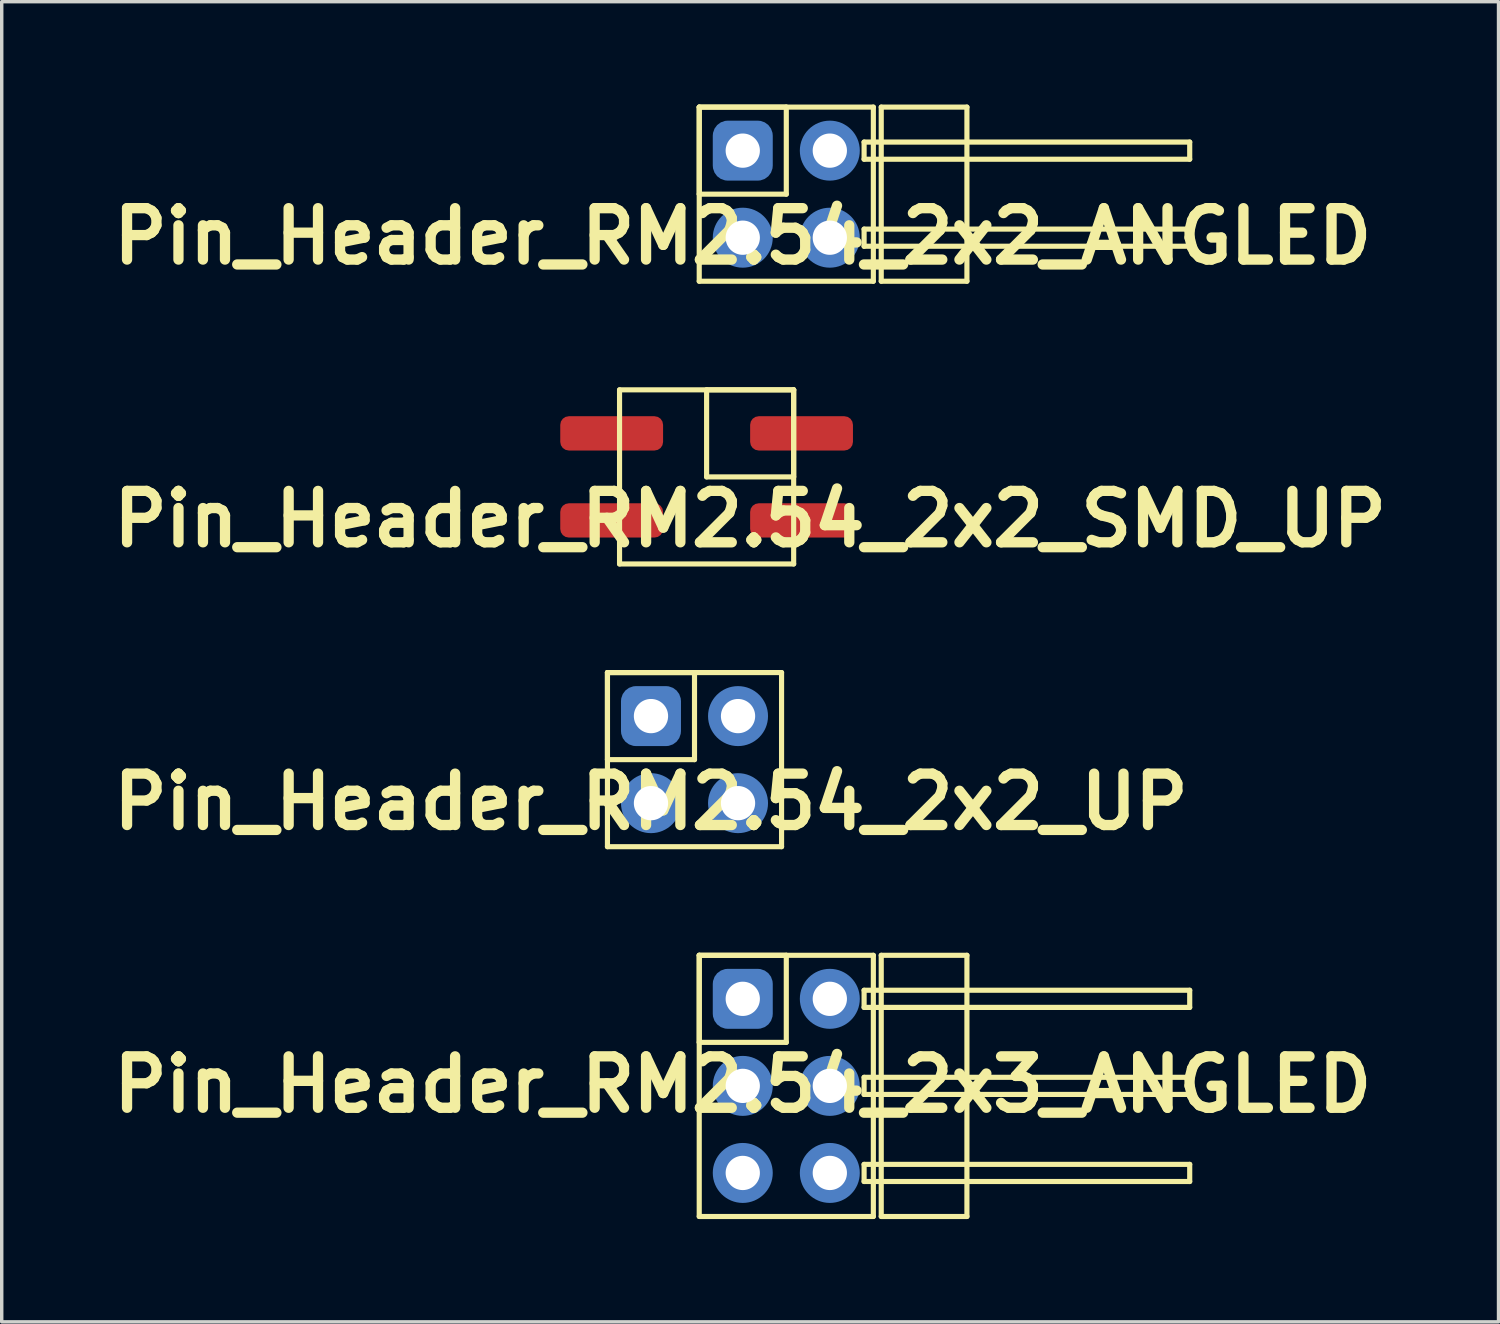
<source format=kicad_pcb>
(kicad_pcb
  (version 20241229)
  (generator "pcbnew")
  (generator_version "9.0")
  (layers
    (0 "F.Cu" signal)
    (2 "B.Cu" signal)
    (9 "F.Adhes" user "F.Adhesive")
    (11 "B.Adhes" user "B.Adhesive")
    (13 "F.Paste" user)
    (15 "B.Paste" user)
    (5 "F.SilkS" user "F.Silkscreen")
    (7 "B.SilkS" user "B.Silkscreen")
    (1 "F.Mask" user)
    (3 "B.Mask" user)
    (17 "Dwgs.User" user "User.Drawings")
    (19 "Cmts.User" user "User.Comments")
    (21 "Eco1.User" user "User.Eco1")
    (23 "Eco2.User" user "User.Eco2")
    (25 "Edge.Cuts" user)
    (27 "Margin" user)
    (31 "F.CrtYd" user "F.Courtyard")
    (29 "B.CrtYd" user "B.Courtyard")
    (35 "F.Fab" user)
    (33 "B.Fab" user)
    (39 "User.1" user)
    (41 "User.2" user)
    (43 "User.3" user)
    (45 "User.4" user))
  (footprint "Pin_Header_RM2.54_2x2_UP"
    (layer "F.Cu")
    (at 15.943 17.843)
    (property "Reference" "Pin_Header_RM2.54_2x2_UP" (at 0 2.5 0) (layer "F.SilkS") (effects (font (size 1.5 1.5) (thickness 0.3))))
    (attr through_hole)
    (fp_line (start -1.27 -1.27) (end 1.27 -1.27) (stroke (width 0.15) (type solid)) (layer "F.SilkS"))
    (fp_line (start -1.27 -1.27) (end 3.81 -1.27) (stroke (width 0.15) (type solid)) (layer "F.SilkS"))
    (fp_line (start -1.27 1.27) (end -1.27 -1.27) (stroke (width 0.15) (type solid)) (layer "F.SilkS"))
    (fp_line (start -1.27 3.81) (end -1.27 -1.27) (stroke (width 0.15) (type solid)) (layer "F.SilkS"))
    (fp_line (start 1.27 -1.27) (end 1.27 1.27) (stroke (width 0.15) (type solid)) (layer "F.SilkS"))
    (fp_line (start 1.27 1.27) (end -1.27 1.27) (stroke (width 0.15) (type solid)) (layer "F.SilkS"))
    (fp_line (start 3.81 -1.27) (end 3.81 3.81) (stroke (width 0.15) (type solid)) (layer "F.SilkS"))
    (fp_line (start 3.81 3.81) (end -1.27 3.81) (stroke (width 0.15) (type solid)) (layer "F.SilkS"))
    (pad "1" thru_hole circle (at 0 0) (size 1.3 1.3) (drill 1) (layers "*.Cu" "*.Mask"))
    (pad "1" smd roundrect (at 0 0) (size 1.5 1.5) (layers "F.Cu" "F.Mask") (roundrect_rratio 0.25))
    (pad "1" smd roundrect (at 0 0) (size 1.75 1.75) (layers "B.Cu" "B.Mask") (roundrect_rratio 0.25))
    (pad "2" thru_hole circle (at 2.54 0) (size 1.3 1.3) (drill 1) (layers "*.Cu" "*.Mask"))
    (pad "2" smd circle (at 2.54 0) (size 1.5 1.5) (layers "F.Cu" "F.Mask"))
    (pad "2" smd circle (at 2.54 0) (size 1.75 1.75) (layers "B.Cu" "B.Mask"))
    (pad "3" thru_hole circle (at 0 2.54) (size 1.3 1.3) (drill 1) (layers "*.Cu" "*.Mask"))
    (pad "3" smd circle (at 0 2.54) (size 1.5 1.5) (layers "F.Cu" "F.Mask"))
    (pad "3" smd circle (at 0 2.54) (size 1.75 1.75) (layers "B.Cu" "B.Mask"))
    (pad "4" thru_hole circle (at 2.54 2.54) (size 1.3 1.3) (drill 1) (layers "*.Cu" "*.Mask"))
    (pad "4" smd circle (at 2.54 2.54) (size 1.5 1.5) (layers "F.Cu" "F.Mask"))
    (pad "4" smd circle (at 2.54 2.54) (size 1.75 1.75) (layers "B.Cu" "B.Mask")))
  (footprint "Pin_Header_RM2.54_2x3_ANGLED"
    (layer "F.Cu")
    (at 18.621 26.092)
    (property "Reference" "Pin_Header_RM2.54_2x3_ANGLED" (at 0 2.5 0) (layer "F.SilkS") (effects (font (size 1.5 1.5) (thickness 0.3))))
    (attr through_hole)
    (fp_line (start -1.27 -1.27) (end 1.27 -1.27) (stroke (width 0.15) (type solid)) (layer "F.SilkS"))
    (fp_line (start -1.27 -1.27) (end 3.81 -1.27) (stroke (width 0.15) (type solid)) (layer "F.SilkS"))
    (fp_line (start -1.27 1.27) (end -1.27 -1.27) (stroke (width 0.15) (type solid)) (layer "F.SilkS"))
    (fp_line (start -1.27 6.35) (end -1.27 -1.27) (stroke (width 0.15) (type solid)) (layer "F.SilkS"))
    (fp_line (start 1.27 -1.27) (end 1.27 1.27) (stroke (width 0.15) (type solid)) (layer "F.SilkS"))
    (fp_line (start 1.27 1.27) (end -1.27 1.27) (stroke (width 0.15) (type solid)) (layer "F.SilkS"))
    (fp_line (start 3.54 -0.25) (end 13.04 -0.25) (stroke (width 0.15) (type solid)) (layer "F.SilkS"))
    (fp_line (start 3.54 0.25) (end 3.54 -0.25) (stroke (width 0.15) (type solid)) (layer "F.SilkS"))
    (fp_line (start 3.54 2.29) (end 13.04 2.29) (stroke (width 0.15) (type solid)) (layer "F.SilkS"))
    (fp_line (start 3.54 2.79) (end 3.54 2.29) (stroke (width 0.15) (type solid)) (layer "F.SilkS"))
    (fp_line (start 3.54 4.83) (end 13.04 4.83) (stroke (width 0.15) (type solid)) (layer "F.SilkS"))
    (fp_line (start 3.54 5.33) (end 3.54 4.83) (stroke (width 0.15) (type solid)) (layer "F.SilkS"))
    (fp_line (start 3.81 -1.27) (end 3.81 6.35) (stroke (width 0.15) (type solid)) (layer "F.SilkS"))
    (fp_line (start 3.81 6.35) (end -1.27 6.35) (stroke (width 0.15) (type solid)) (layer "F.SilkS"))
    (fp_line (start 4.04 -1.27) (end 6.54 -1.27) (stroke (width 0.15) (type solid)) (layer "F.SilkS"))
    (fp_line (start 4.04 6.35) (end 4.04 -1.27) (stroke (width 0.15) (type solid)) (layer "F.SilkS"))
    (fp_line (start 6.54 -1.27) (end 6.54 6.35) (stroke (width 0.15) (type solid)) (layer "F.SilkS"))
    (fp_line (start 6.54 6.35) (end 4.04 6.35) (stroke (width 0.15) (type solid)) (layer "F.SilkS"))
    (fp_line (start 13.04 -0.25) (end 13.04 0.25) (stroke (width 0.15) (type solid)) (layer "F.SilkS"))
    (fp_line (start 13.04 0.25) (end 3.54 0.25) (stroke (width 0.15) (type solid)) (layer "F.SilkS"))
    (fp_line (start 13.04 2.29) (end 13.04 2.79) (stroke (width 0.15) (type solid)) (layer "F.SilkS"))
    (fp_line (start 13.04 2.79) (end 3.54 2.79) (stroke (width 0.15) (type solid)) (layer "F.SilkS"))
    (fp_line (start 13.04 4.83) (end 13.04 5.33) (stroke (width 0.15) (type solid)) (layer "F.SilkS"))
    (fp_line (start 13.04 5.33) (end 3.54 5.33) (stroke (width 0.15) (type solid)) (layer "F.SilkS"))
    (pad "1" thru_hole circle (at 0 0) (size 1.3 1.3) (drill 1) (layers "*.Cu" "*.Mask"))
    (pad "1" smd roundrect (at 0 0) (size 1.5 1.5) (layers "F.Cu" "F.Mask") (roundrect_rratio 0.25))
    (pad "1" smd roundrect (at 0 0) (size 1.75 1.75) (layers "B.Cu" "B.Mask") (roundrect_rratio 0.25))
    (pad "2" thru_hole circle (at 2.54 0) (size 1.3 1.3) (drill 1) (layers "*.Cu" "*.Mask"))
    (pad "2" smd circle (at 2.54 0) (size 1.5 1.5) (layers "F.Cu" "F.Mask"))
    (pad "2" smd circle (at 2.54 0) (size 1.75 1.75) (layers "B.Cu" "B.Mask"))
    (pad "3" thru_hole circle (at 0 2.54) (size 1.3 1.3) (drill 1) (layers "*.Cu" "*.Mask"))
    (pad "3" smd circle (at 0 2.54) (size 1.5 1.5) (layers "F.Cu" "F.Mask"))
    (pad "3" smd circle (at 0 2.54) (size 1.75 1.75) (layers "B.Cu" "B.Mask"))
    (pad "4" thru_hole circle (at 2.54 2.54) (size 1.3 1.3) (drill 1) (layers "*.Cu" "*.Mask"))
    (pad "4" smd circle (at 2.54 2.54) (size 1.5 1.5) (layers "F.Cu" "F.Mask"))
    (pad "4" smd circle (at 2.54 2.54) (size 1.75 1.75) (layers "B.Cu" "B.Mask"))
    (pad "5" thru_hole circle (at 0 5.08) (size 1.3 1.3) (drill 1) (layers "*.Cu" "*.Mask"))
    (pad "5" smd circle (at 0 5.08) (size 1.5 1.5) (layers "F.Cu" "F.Mask"))
    (pad "5" smd circle (at 0 5.08) (size 1.75 1.75) (layers "B.Cu" "B.Mask"))
    (pad "6" thru_hole circle (at 2.54 5.08) (size 1.3 1.3) (drill 1) (layers "*.Cu" "*.Mask"))
    (pad "6" smd circle (at 2.54 5.08) (size 1.5 1.5) (layers "F.Cu" "F.Mask"))
    (pad "6" smd circle (at 2.54 5.08) (size 1.75 1.75) (layers "B.Cu" "B.Mask")))
  (footprint "Pin_Header_RM2.54_2x2_SMD_UP"
    (layer "F.Cu")
    (at 18.836 9.594)
    (property "Reference" "Pin_Header_RM2.54_2x2_SMD_UP" (at 0 2.5 0) (layer "F.SilkS") (effects (font (size 1.5 1.5) (thickness 0.3))))
    (attr through_hole)
    (fp_line (start -3.81 -1.27) (end 1.27 -1.27) (stroke (width 0.15) (type solid)) (layer "F.SilkS"))
    (fp_line (start -3.81 3.81) (end -3.81 -1.27) (stroke (width 0.15) (type solid)) (layer "F.SilkS"))
    (fp_line (start -1.27 -1.27) (end 1.27 -1.27) (stroke (width 0.15) (type solid)) (layer "F.SilkS"))
    (fp_line (start -1.27 1.27) (end -1.27 -1.27) (stroke (width 0.15) (type solid)) (layer "F.SilkS"))
    (fp_line (start 1.27 -1.27) (end 1.27 1.27) (stroke (width 0.15) (type solid)) (layer "F.SilkS"))
    (fp_line (start 1.27 -1.27) (end 1.27 3.81) (stroke (width 0.15) (type solid)) (layer "F.SilkS"))
    (fp_line (start 1.27 1.27) (end -1.27 1.27) (stroke (width 0.15) (type solid)) (layer "F.SilkS"))
    (fp_line (start 1.27 3.81) (end -3.81 3.81) (stroke (width 0.15) (type solid)) (layer "F.SilkS"))
    (pad "1" smd roundrect (at 1.5 0) (size 3 1) (layers "F.Cu" "F.Mask") (roundrect_rratio 0.25))
    (pad "2" smd roundrect (at -4.04 0) (size 3 1) (layers "F.Cu" "F.Mask") (roundrect_rratio 0.25))
    (pad "3" smd roundrect (at 1.5 2.54) (size 3 1) (layers "F.Cu" "F.Mask") (roundrect_rratio 0.25))
    (pad "4" smd roundrect (at -4.04 2.54) (size 3 1) (layers "F.Cu" "F.Mask") (roundrect_rratio 0.25)))
  (footprint "Pin_Header_RM2.54_2x2_ANGLED"
    (layer "F.Cu")
    (at 18.621 1.345)
    (property "Reference" "Pin_Header_RM2.54_2x2_ANGLED" (at 0 2.5 0) (layer "F.SilkS") (effects (font (size 1.5 1.5) (thickness 0.3))))
    (attr through_hole)
    (fp_line (start -1.27 -1.27) (end 1.27 -1.27) (stroke (width 0.15) (type solid)) (layer "F.SilkS"))
    (fp_line (start -1.27 -1.27) (end 3.81 -1.27) (stroke (width 0.15) (type solid)) (layer "F.SilkS"))
    (fp_line (start -1.27 1.27) (end -1.27 -1.27) (stroke (width 0.15) (type solid)) (layer "F.SilkS"))
    (fp_line (start -1.27 3.81) (end -1.27 -1.27) (stroke (width 0.15) (type solid)) (layer "F.SilkS"))
    (fp_line (start 1.27 -1.27) (end 1.27 1.27) (stroke (width 0.15) (type solid)) (layer "F.SilkS"))
    (fp_line (start 1.27 1.27) (end -1.27 1.27) (stroke (width 0.15) (type solid)) (layer "F.SilkS"))
    (fp_line (start 3.54 -0.25) (end 13.04 -0.25) (stroke (width 0.15) (type solid)) (layer "F.SilkS"))
    (fp_line (start 3.54 0.25) (end 3.54 -0.25) (stroke (width 0.15) (type solid)) (layer "F.SilkS"))
    (fp_line (start 3.54 2.29) (end 13.04 2.29) (stroke (width 0.15) (type solid)) (layer "F.SilkS"))
    (fp_line (start 3.54 2.79) (end 3.54 2.29) (stroke (width 0.15) (type solid)) (layer "F.SilkS"))
    (fp_line (start 3.81 -1.27) (end 3.81 3.81) (stroke (width 0.15) (type solid)) (layer "F.SilkS"))
    (fp_line (start 3.81 3.81) (end -1.27 3.81) (stroke (width 0.15) (type solid)) (layer "F.SilkS"))
    (fp_line (start 4.04 -1.27) (end 6.54 -1.27) (stroke (width 0.15) (type solid)) (layer "F.SilkS"))
    (fp_line (start 4.04 3.81) (end 4.04 -1.27) (stroke (width 0.15) (type solid)) (layer "F.SilkS"))
    (fp_line (start 6.54 -1.27) (end 6.54 3.81) (stroke (width 0.15) (type solid)) (layer "F.SilkS"))
    (fp_line (start 6.54 3.81) (end 4.04 3.81) (stroke (width 0.15) (type solid)) (layer "F.SilkS"))
    (fp_line (start 13.04 -0.25) (end 13.04 0.25) (stroke (width 0.15) (type solid)) (layer "F.SilkS"))
    (fp_line (start 13.04 0.25) (end 3.54 0.25) (stroke (width 0.15) (type solid)) (layer "F.SilkS"))
    (fp_line (start 13.04 2.29) (end 13.04 2.79) (stroke (width 0.15) (type solid)) (layer "F.SilkS"))
    (fp_line (start 13.04 2.79) (end 3.54 2.79) (stroke (width 0.15) (type solid)) (layer "F.SilkS"))
    (pad "1" thru_hole circle (at 0 0) (size 1.3 1.3) (drill 1) (layers "*.Cu" "*.Mask"))
    (pad "1" smd roundrect (at 0 0) (size 1.5 1.5) (layers "F.Cu" "F.Mask") (roundrect_rratio 0.25))
    (pad "1" smd roundrect (at 0 0) (size 1.75 1.75) (layers "B.Cu" "B.Mask") (roundrect_rratio 0.25))
    (pad "2" thru_hole circle (at 2.54 0) (size 1.3 1.3) (drill 1) (layers "*.Cu" "*.Mask"))
    (pad "2" smd circle (at 2.54 0) (size 1.5 1.5) (layers "F.Cu" "F.Mask"))
    (pad "2" smd circle (at 2.54 0) (size 1.75 1.75) (layers "B.Cu" "B.Mask"))
    (pad "3" thru_hole circle (at 0 2.54) (size 1.3 1.3) (drill 1) (layers "*.Cu" "*.Mask"))
    (pad "3" smd circle (at 0 2.54) (size 1.5 1.5) (layers "F.Cu" "F.Mask"))
    (pad "3" smd circle (at 0 2.54) (size 1.75 1.75) (layers "B.Cu" "B.Mask"))
    (pad "4" thru_hole circle (at 2.54 2.54) (size 1.3 1.3) (drill 1) (layers "*.Cu" "*.Mask"))
    (pad "4" smd circle (at 2.54 2.54) (size 1.5 1.5) (layers "F.Cu" "F.Mask"))
    (pad "4" smd circle (at 2.54 2.54) (size 1.75 1.75) (layers "B.Cu" "B.Mask")))
  (gr_rect
    (start -3 -3)
    (end 40.671 35.517)
    (stroke (width 0.1) (type default))
    (fill no)
    (layer "Edge.Cuts")))
</source>
